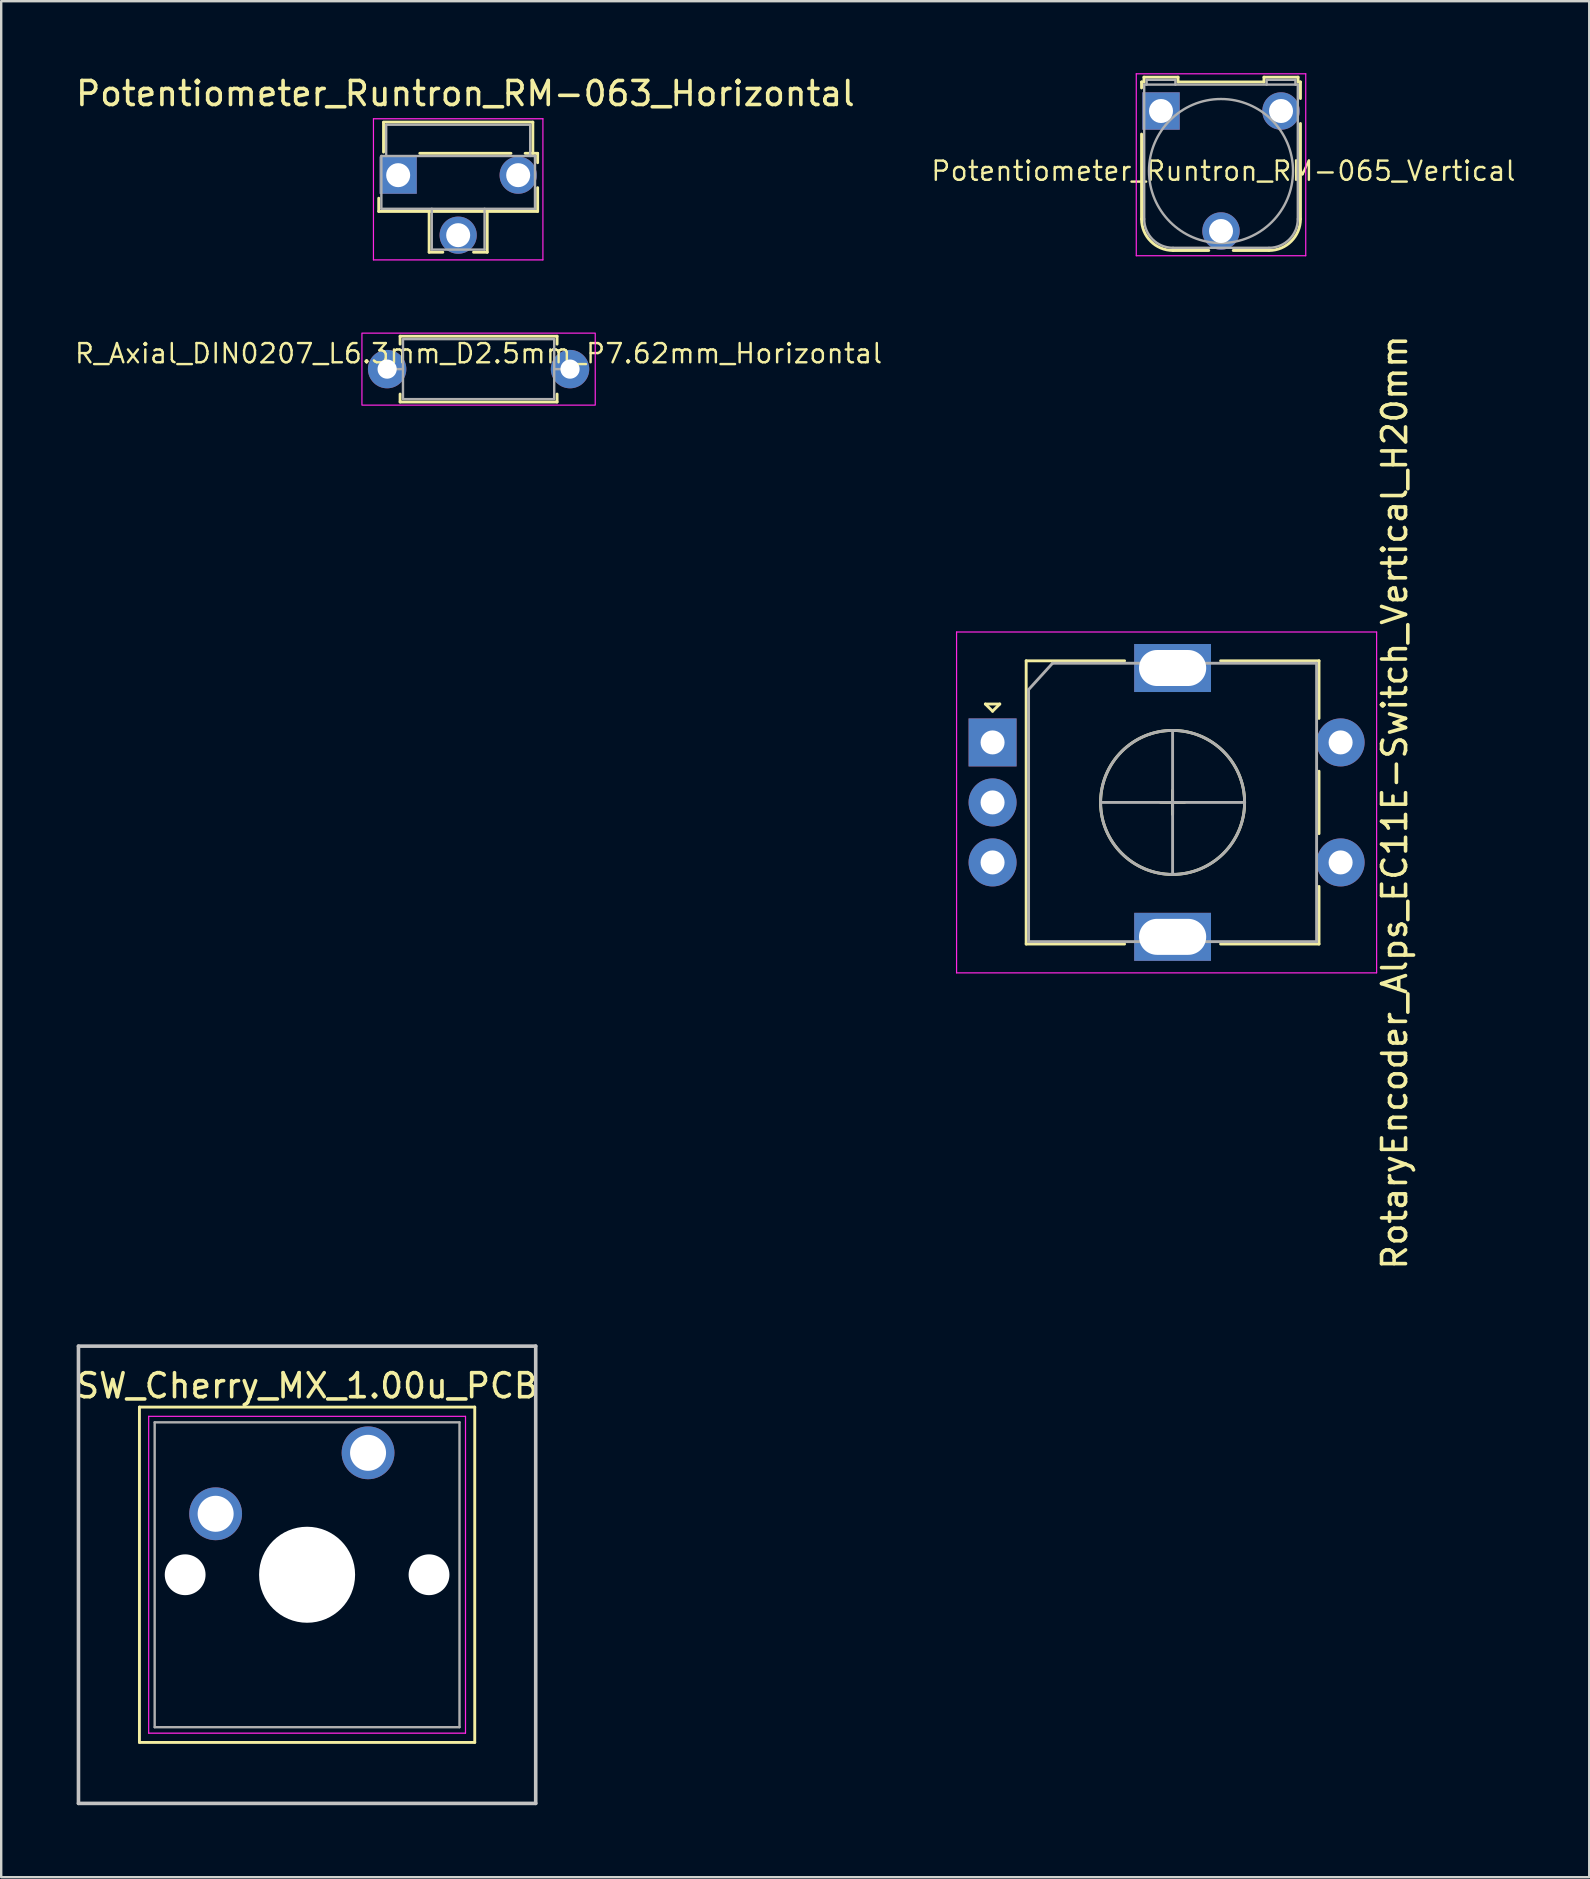
<source format=kicad_pcb>
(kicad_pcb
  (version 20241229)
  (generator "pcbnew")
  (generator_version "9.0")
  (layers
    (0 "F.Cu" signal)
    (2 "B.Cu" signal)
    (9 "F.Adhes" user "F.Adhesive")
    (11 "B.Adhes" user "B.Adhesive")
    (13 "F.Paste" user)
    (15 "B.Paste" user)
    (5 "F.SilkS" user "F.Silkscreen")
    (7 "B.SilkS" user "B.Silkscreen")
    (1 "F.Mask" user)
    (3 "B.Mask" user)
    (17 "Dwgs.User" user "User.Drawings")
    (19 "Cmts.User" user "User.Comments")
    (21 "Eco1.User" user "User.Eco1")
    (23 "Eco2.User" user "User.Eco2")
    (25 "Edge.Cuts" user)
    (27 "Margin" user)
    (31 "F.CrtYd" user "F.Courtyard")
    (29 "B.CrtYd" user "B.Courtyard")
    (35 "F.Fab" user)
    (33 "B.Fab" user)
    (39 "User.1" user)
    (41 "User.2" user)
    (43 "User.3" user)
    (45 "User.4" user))
  (footprint "RotaryEncoder_Alps_EC11E-Switch_Vertical_H20mm"
    (layer "F.Cu")
    (at 38.303 27.881)
    (property "Reference" "RotaryEncoder_Alps_EC11E-Switch_Vertical_H20mm" (at 16.75 2.5 270) (layer "F.SilkS") (effects (font (size 1 1) (thickness 0.15))))
    (attr through_hole)
    (fp_line (start -0.3 -1.6) (end 0.3 -1.6) (stroke (width 0.12) (type solid)) (layer "F.SilkS"))
    (fp_line (start 0 -1.3) (end -0.3 -1.6) (stroke (width 0.12) (type solid)) (layer "F.SilkS"))
    (fp_line (start 0.3 -1.6) (end 0 -1.3) (stroke (width 0.12) (type solid)) (layer "F.SilkS"))
    (fp_line (start 1.4 -3.4) (end 1.4 8.4) (stroke (width 0.12) (type solid)) (layer "F.SilkS"))
    (fp_line (start 5.5 -3.4) (end 1.4 -3.4) (stroke (width 0.12) (type solid)) (layer "F.SilkS"))
    (fp_line (start 5.5 8.4) (end 1.4 8.4) (stroke (width 0.12) (type solid)) (layer "F.SilkS"))
    (fp_line (start 7 2.5) (end 8 2.5) (stroke (width 0.12) (type solid)) (layer "F.SilkS"))
    (fp_line (start 7.5 2) (end 7.5 3) (stroke (width 0.12) (type solid)) (layer "F.SilkS"))
    (fp_line (start 9.5 -3.4) (end 13.6 -3.4) (stroke (width 0.12) (type solid)) (layer "F.SilkS"))
    (fp_line (start 13.6 -3.4) (end 13.6 -1) (stroke (width 0.12) (type solid)) (layer "F.SilkS"))
    (fp_line (start 13.6 1.2) (end 13.6 3.8) (stroke (width 0.12) (type solid)) (layer "F.SilkS"))
    (fp_line (start 13.6 6) (end 13.6 8.4) (stroke (width 0.12) (type solid)) (layer "F.SilkS"))
    (fp_line (start 13.6 8.4) (end 9.5 8.4) (stroke (width 0.12) (type solid)) (layer "F.SilkS"))
    (fp_circle (center 7.5 2.5) (end 10.5 2.5) (stroke (width 0.12) (type solid)) (fill no) (layer "F.SilkS"))
    (fp_line (start -1.5 -4.6) (end -1.5 9.6) (stroke (width 0.05) (type solid)) (layer "F.CrtYd"))
    (fp_line (start -1.5 -4.6) (end 16 -4.6) (stroke (width 0.05) (type solid)) (layer "F.CrtYd"))
    (fp_line (start 16 9.6) (end -1.5 9.6) (stroke (width 0.05) (type solid)) (layer "F.CrtYd"))
    (fp_line (start 16 9.6) (end 16 -4.6) (stroke (width 0.05) (type solid)) (layer "F.CrtYd"))
    (fp_line (start 1.5 -2.2) (end 2.5 -3.3) (stroke (width 0.12) (type solid)) (layer "F.Fab"))
    (fp_line (start 1.5 8.3) (end 1.5 -2.2) (stroke (width 0.12) (type solid)) (layer "F.Fab"))
    (fp_line (start 2.5 -3.3) (end 13.5 -3.3) (stroke (width 0.12) (type solid)) (layer "F.Fab"))
    (fp_line (start 4.5 2.5) (end 10.5 2.5) (stroke (width 0.12) (type solid)) (layer "F.Fab"))
    (fp_line (start 7.5 -0.5) (end 7.5 5.5) (stroke (width 0.12) (type solid)) (layer "F.Fab"))
    (fp_line (start 13.5 -3.3) (end 13.5 8.3) (stroke (width 0.12) (type solid)) (layer "F.Fab"))
    (fp_line (start 13.5 8.3) (end 1.5 8.3) (stroke (width 0.12) (type solid)) (layer "F.Fab"))
    (fp_circle (center 7.5 2.5) (end 10.5 2.5) (stroke (width 0.12) (type solid)) (fill no) (layer "F.Fab"))
    (pad "" thru_hole rect (at 7.5 -3.1) (size 3.2 2) (drill oval 2.8 1.5) (layers "*.Cu" "*.Mask"))
    (pad "" thru_hole rect (at 7.5 8.1) (size 3.2 2) (drill oval 2.8 1.5) (layers "*.Cu" "*.Mask"))
    (pad "A" thru_hole rect (at 0 0) (size 2 2) (drill 1) (layers "*.Cu" "*.Mask"))
    (pad "B" thru_hole circle (at 0 5) (size 2 2) (drill 1) (layers "*.Cu" "*.Mask"))
    (pad "C" thru_hole circle (at 0 2.5) (size 2 2) (drill 1) (layers "*.Cu" "*.Mask"))
    (pad "S1" thru_hole circle (at 14.5 5) (size 2 2) (drill 1) (layers "*.Cu" "*.Mask"))
    (pad "S2" thru_hole circle (at 14.5 0) (size 2 2) (drill 1) (layers "*.Cu" "*.Mask")))
  (footprint "R_Axial_DIN0207_L6.3mm_D2.5mm_P7.62mm_Horizontal"
    (layer "F.Cu")
    (at 13.079 12.328)
    (property "Reference" "R_Axial_DIN0207_L6.3mm_D2.5mm_P7.62mm_Horizontal" (at 3.81 -0.651 0) (layer "F.SilkS") (effects (font (size 0.8 0.8) (thickness 0.1))))
    (attr through_hole)
    (fp_line (start 0.54 -1.37) (end 7.08 -1.37) (stroke (width 0.12) (type solid)) (layer "F.SilkS"))
    (fp_line (start 0.54 -1.04) (end 0.54 -1.37) (stroke (width 0.12) (type solid)) (layer "F.SilkS"))
    (fp_line (start 0.54 1.04) (end 0.54 1.37) (stroke (width 0.12) (type solid)) (layer "F.SilkS"))
    (fp_line (start 0.54 1.37) (end 7.08 1.37) (stroke (width 0.12) (type solid)) (layer "F.SilkS"))
    (fp_line (start 7.08 -1.37) (end 7.08 -1.04) (stroke (width 0.12) (type solid)) (layer "F.SilkS"))
    (fp_line (start 7.08 1.37) (end 7.08 1.04) (stroke (width 0.12) (type solid)) (layer "F.SilkS"))
    (fp_rect (start -1.05 -1.5) (end 8.67 1.5) (stroke (width 0.05) (type solid)) (fill no) (layer "F.CrtYd"))
    (fp_line (start 0 0) (end 0.66 0) (stroke (width 0.1) (type solid)) (layer "F.Fab"))
    (fp_line (start 7.62 0) (end 6.96 0) (stroke (width 0.1) (type solid)) (layer "F.Fab"))
    (fp_rect (start 0.66 -1.25) (end 6.96 1.25) (stroke (width 0.1) (type solid)) (fill no) (layer "F.Fab"))
    (pad "1" thru_hole circle (at 0 0) (size 1.6 1.6) (drill 0.8) (layers "*.Cu" "*.Mask"))
    (pad "2" thru_hole circle (at 7.62 0) (size 1.6 1.6) (drill 0.8) (layers "*.Cu" "*.Mask")))
  (footprint "Potentiometer_Runtron_RM-063_Horizontal"
    (layer "F.Cu")
    (at 13.539 4.248)
    (property "Reference" "Potentiometer_Runtron_RM-063_Horizontal" (at 2.8 -3.4 0) (layer "F.SilkS") (effects (font (size 1 1) (thickness 0.15))))
    (attr through_hole)
    (fp_line (start -0.81 0.96) (end -0.81 1.51) (stroke (width 0.12) (type solid)) (layer "F.SilkS"))
    (fp_line (start -0.81 1.51) (end 5.81 1.51) (stroke (width 0.12) (type solid)) (layer "F.SilkS"))
    (fp_line (start -0.61 -2.21) (end 5.61 -2.21) (stroke (width 0.12) (type solid)) (layer "F.SilkS"))
    (fp_line (start -0.61 -0.96) (end -0.61 -2.2) (stroke (width 0.12) (type solid)) (layer "F.SilkS"))
    (fp_line (start 0.9 -0.91) (end 4.7 -0.91) (stroke (width 0.12) (type solid)) (layer "F.SilkS"))
    (fp_line (start 1.29 1.51) (end 1.29 3.21) (stroke (width 0.12) (type solid)) (layer "F.SilkS"))
    (fp_line (start 1.29 3.21) (end 1.86 3.21) (stroke (width 0.12) (type solid)) (layer "F.SilkS"))
    (fp_line (start 3.14 3.21) (end 3.71 3.21) (stroke (width 0.12) (type solid)) (layer "F.SilkS"))
    (fp_line (start 3.71 1.51) (end 3.71 3.21) (stroke (width 0.12) (type solid)) (layer "F.SilkS"))
    (fp_line (start 5.29 -0.91) (end 5.81 -0.91) (stroke (width 0.12) (type solid)) (layer "F.SilkS"))
    (fp_line (start 5.61 -2.21) (end 5.61 -0.91) (stroke (width 0.12) (type solid)) (layer "F.SilkS"))
    (fp_line (start 5.81 -0.91) (end 5.81 -0.52) (stroke (width 0.12) (type solid)) (layer "F.SilkS"))
    (fp_line (start 5.81 1.51) (end 5.81 0.52) (stroke (width 0.12) (type solid)) (layer "F.SilkS"))
    (fp_line (start -1.03 -2.35) (end -1.03 3.53) (stroke (width 0.05) (type solid)) (layer "F.CrtYd"))
    (fp_line (start -1.03 -2.35) (end 6.03 -2.35) (stroke (width 0.05) (type solid)) (layer "F.CrtYd"))
    (fp_line (start 6.03 3.53) (end -1.03 3.53) (stroke (width 0.05) (type solid)) (layer "F.CrtYd"))
    (fp_line (start 6.03 3.53) (end 6.03 -2.35) (stroke (width 0.05) (type solid)) (layer "F.CrtYd"))
    (fp_line (start -0.7 -0.8) (end -0.7 1.4) (stroke (width 0.1) (type solid)) (layer "F.Fab"))
    (fp_line (start -0.5 -2.1) (end 5.5 -2.1) (stroke (width 0.1) (type solid)) (layer "F.Fab"))
    (fp_line (start -0.5 -0.8) (end -0.5 -2.1) (stroke (width 0.1) (type solid)) (layer "F.Fab"))
    (fp_line (start 1.4 3.1) (end 1.4 1.4) (stroke (width 0.1) (type solid)) (layer "F.Fab"))
    (fp_line (start 3.6 1.4) (end 3.6 3.1) (stroke (width 0.1) (type solid)) (layer "F.Fab"))
    (fp_line (start 3.6 3.1) (end 1.4 3.1) (stroke (width 0.1) (type solid)) (layer "F.Fab"))
    (fp_line (start 5.5 -0.8) (end 5.5 -2.1) (stroke (width 0.1) (type solid)) (layer "F.Fab"))
    (fp_line (start 5.7 -0.8) (end -0.7 -0.8) (stroke (width 0.1) (type solid)) (layer "F.Fab"))
    (fp_line (start 5.7 1.4) (end -0.7 1.4) (stroke (width 0.1) (type solid)) (layer "F.Fab"))
    (fp_line (start 5.7 1.4) (end 5.7 -0.8) (stroke (width 0.1) (type solid)) (layer "F.Fab"))
    (pad "1" thru_hole rect (at 0 0) (size 1.55 1.55) (drill 1) (layers "*.Cu" "*.Mask"))
    (pad "2" thru_hole circle (at 2.5 2.5) (size 1.55 1.55) (drill 1) (layers "*.Cu" "*.Mask"))
    (pad "3" thru_hole circle (at 5 0) (size 1.55 1.55) (drill 1) (layers "*.Cu" "*.Mask")))
  (footprint "Potentiometer_Runtron_RM-065_Vertical"
    (layer "F.Cu")
    (at 45.32 1.575)
    (property "Reference" "Potentiometer_Runtron_RM-065_Vertical" (at 2.6 2.5 0) (layer "F.SilkS") (effects (font (size 0.8 0.8) (thickness 0.1))))
    (attr through_hole)
    (fp_line (start -0.81 -1.21) (end -0.81 -0.96) (stroke (width 0.12) (type solid)) (layer "F.SilkS"))
    (fp_line (start -0.81 4.5) (end -0.81 0.96) (stroke (width 0.12) (type solid)) (layer "F.SilkS"))
    (fp_line (start -0.71 -1.41) (end -0.71 -1.21) (stroke (width 0.12) (type solid)) (layer "F.SilkS"))
    (fp_line (start -0.71 -1.41) (end 0.71 -1.41) (stroke (width 0.12) (type solid)) (layer "F.SilkS"))
    (fp_line (start -0.71 -1.21) (end -0.81 -1.21) (stroke (width 0.12) (type solid)) (layer "F.SilkS"))
    (fp_line (start 0.71 -1.21) (end 0.71 -1.41) (stroke (width 0.12) (type solid)) (layer "F.SilkS"))
    (fp_line (start 0.71 -1.21) (end 4.29 -1.21) (stroke (width 0.12) (type solid)) (layer "F.SilkS"))
    (fp_line (start 1.99 5.81) (end 0.5 5.81) (stroke (width 0.12) (type solid)) (layer "F.SilkS"))
    (fp_line (start 4.29 -1.41) (end 5.71 -1.41) (stroke (width 0.12) (type solid)) (layer "F.SilkS"))
    (fp_line (start 4.29 -1.21) (end 4.29 -1.41) (stroke (width 0.12) (type solid)) (layer "F.SilkS"))
    (fp_line (start 4.5 5.81) (end 3.01 5.81) (stroke (width 0.12) (type solid)) (layer "F.SilkS"))
    (fp_line (start 5.71 -1.41) (end 5.71 -1.21) (stroke (width 0.12) (type solid)) (layer "F.SilkS"))
    (fp_line (start 5.71 -1.21) (end 5.81 -1.21) (stroke (width 0.12) (type solid)) (layer "F.SilkS"))
    (fp_line (start 5.81 -1.21) (end 5.81 -0.52) (stroke (width 0.12) (type solid)) (layer "F.SilkS"))
    (fp_line (start 5.81 0.52) (end 5.81 4.5) (stroke (width 0.12) (type solid)) (layer "F.SilkS"))
    (fp_arc (start 0.5 5.81) (mid -0.42631 5.42631) (end -0.81 4.5) (stroke (width 0.12) (type solid)) (layer "F.SilkS"))
    (fp_arc (start 5.81 4.5) (mid 5.42631 5.42631) (end 4.5 5.81) (stroke (width 0.12) (type solid)) (layer "F.SilkS"))
    (fp_line (start -1.03 -1.55) (end -1.03 6.03) (stroke (width 0.05) (type solid)) (layer "F.CrtYd"))
    (fp_line (start -1.03 -1.55) (end 6.03 -1.55) (stroke (width 0.05) (type solid)) (layer "F.CrtYd"))
    (fp_line (start 6.03 6.03) (end -1.03 6.03) (stroke (width 0.05) (type solid)) (layer "F.CrtYd"))
    (fp_line (start 6.03 6.03) (end 6.03 -1.55) (stroke (width 0.05) (type solid)) (layer "F.CrtYd"))
    (fp_line (start -0.7 4.5) (end -0.7 -1.1) (stroke (width 0.1) (type solid)) (layer "F.Fab"))
    (fp_line (start -0.6 -1.3) (end 0.6 -1.3) (stroke (width 0.1) (type solid)) (layer "F.Fab"))
    (fp_line (start -0.6 -1.1) (end -0.6 -1.3) (stroke (width 0.1) (type solid)) (layer "F.Fab"))
    (fp_line (start 0.5 5.7) (end 4.5 5.7) (stroke (width 0.1) (type solid)) (layer "F.Fab"))
    (fp_line (start 0.6 -1.3) (end 0.6 -1.1) (stroke (width 0.1) (type solid)) (layer "F.Fab"))
    (fp_line (start 4.4 -1.3) (end 4.4 -1.1) (stroke (width 0.1) (type solid)) (layer "F.Fab"))
    (fp_line (start 5.6 -1.3) (end 4.41 -1.3) (stroke (width 0.1) (type solid)) (layer "F.Fab"))
    (fp_line (start 5.6 -1.1) (end 5.6 -1.3) (stroke (width 0.1) (type solid)) (layer "F.Fab"))
    (fp_line (start 5.7 -1.1) (end -0.7 -1.1) (stroke (width 0.1) (type solid)) (layer "F.Fab"))
    (fp_line (start 5.7 4.5) (end 5.7 -1.1) (stroke (width 0.1) (type solid)) (layer "F.Fab"))
    (fp_arc (start 0.5 5.7) (mid -0.348528 5.348528) (end -0.7 4.5) (stroke (width 0.1) (type solid)) (layer "F.Fab"))
    (fp_arc (start 5.7 4.5) (mid 5.348528 5.348528) (end 4.5 5.7) (stroke (width 0.1) (type solid)) (layer "F.Fab"))
    (fp_circle (center 2.5 2.5) (end 5.5 2.5) (stroke (width 0.1) (type solid)) (fill no) (layer "F.Fab"))
    (pad "1" thru_hole rect (at 0 0) (size 1.56 1.56) (drill 1) (layers "*.Cu" "*.Mask"))
    (pad "2" thru_hole circle (at 2.5 5) (size 1.56 1.56) (drill 1) (layers "*.Cu" "*.Mask"))
    (pad "3" thru_hole circle (at 5 0) (size 1.56 1.56) (drill 1) (layers "*.Cu" "*.Mask")))
  (footprint "SW_Cherry_MX_1.00u_PCB"
    (layer "F.Cu")
    (at 12.284 57.478)
    (property "Reference" "SW_Cherry_MX_1.00u_PCB" (at -2.54 -2.794 0) (layer "F.SilkS") (effects (font (size 1 1) (thickness 0.15))))
    (attr through_hole)
    (fp_line (start -9.525 -1.905) (end 4.445 -1.905) (stroke (width 0.12) (type solid)) (layer "F.SilkS"))
    (fp_line (start -9.525 12.065) (end -9.525 -1.905) (stroke (width 0.12) (type solid)) (layer "F.SilkS"))
    (fp_line (start 4.445 -1.905) (end 4.445 12.065) (stroke (width 0.12) (type solid)) (layer "F.SilkS"))
    (fp_line (start 4.445 12.065) (end -9.525 12.065) (stroke (width 0.12) (type solid)) (layer "F.SilkS"))
    (fp_line (start -12.065 -4.445) (end 6.985 -4.445) (stroke (width 0.15) (type solid)) (layer "Dwgs.User"))
    (fp_line (start -12.065 14.605) (end -12.065 -4.445) (stroke (width 0.15) (type solid)) (layer "Dwgs.User"))
    (fp_line (start 6.985 -4.445) (end 6.985 14.605) (stroke (width 0.15) (type solid)) (layer "Dwgs.User"))
    (fp_line (start 6.985 14.605) (end -12.065 14.605) (stroke (width 0.15) (type solid)) (layer "Dwgs.User"))
    (fp_line (start -9.14 -1.52) (end 4.06 -1.52) (stroke (width 0.05) (type solid)) (layer "F.CrtYd"))
    (fp_line (start -9.14 11.68) (end -9.14 -1.52) (stroke (width 0.05) (type solid)) (layer "F.CrtYd"))
    (fp_line (start 4.06 -1.52) (end 4.06 11.68) (stroke (width 0.05) (type solid)) (layer "F.CrtYd"))
    (fp_line (start 4.06 11.68) (end -9.14 11.68) (stroke (width 0.05) (type solid)) (layer "F.CrtYd"))
    (fp_line (start -8.89 -1.27) (end 3.81 -1.27) (stroke (width 0.1) (type solid)) (layer "F.Fab"))
    (fp_line (start -8.89 11.43) (end -8.89 -1.27) (stroke (width 0.1) (type solid)) (layer "F.Fab"))
    (fp_line (start 3.81 -1.27) (end 3.81 11.43) (stroke (width 0.1) (type solid)) (layer "F.Fab"))
    (fp_line (start 3.81 11.43) (end -8.89 11.43) (stroke (width 0.1) (type solid)) (layer "F.Fab"))
    (pad "" np_thru_hole circle (at -7.62 5.08) (size 1.7 1.7) (drill 1.7) (layers "*.Cu" "*.Mask"))
    (pad "" np_thru_hole circle (at -2.54 5.08) (size 4 4) (drill 4) (layers "*.Cu" "*.Mask"))
    (pad "" np_thru_hole circle (at 2.54 5.08) (size 1.7 1.7) (drill 1.7) (layers "*.Cu" "*.Mask"))
    (pad "1" thru_hole circle (at 0 0) (size 2.2 2.2) (drill 1.5) (layers "*.Cu" "*.Mask"))
    (pad "2" thru_hole circle (at -6.35 2.54) (size 2.2 2.2) (drill 1.5) (layers "*.Cu" "*.Mask")))
  (gr_rect
    (start -3 -3)
    (end 63.161 75.158)
    (stroke (width 0.1) (type default))
    (fill no)
    (layer "Edge.Cuts")))
</source>
